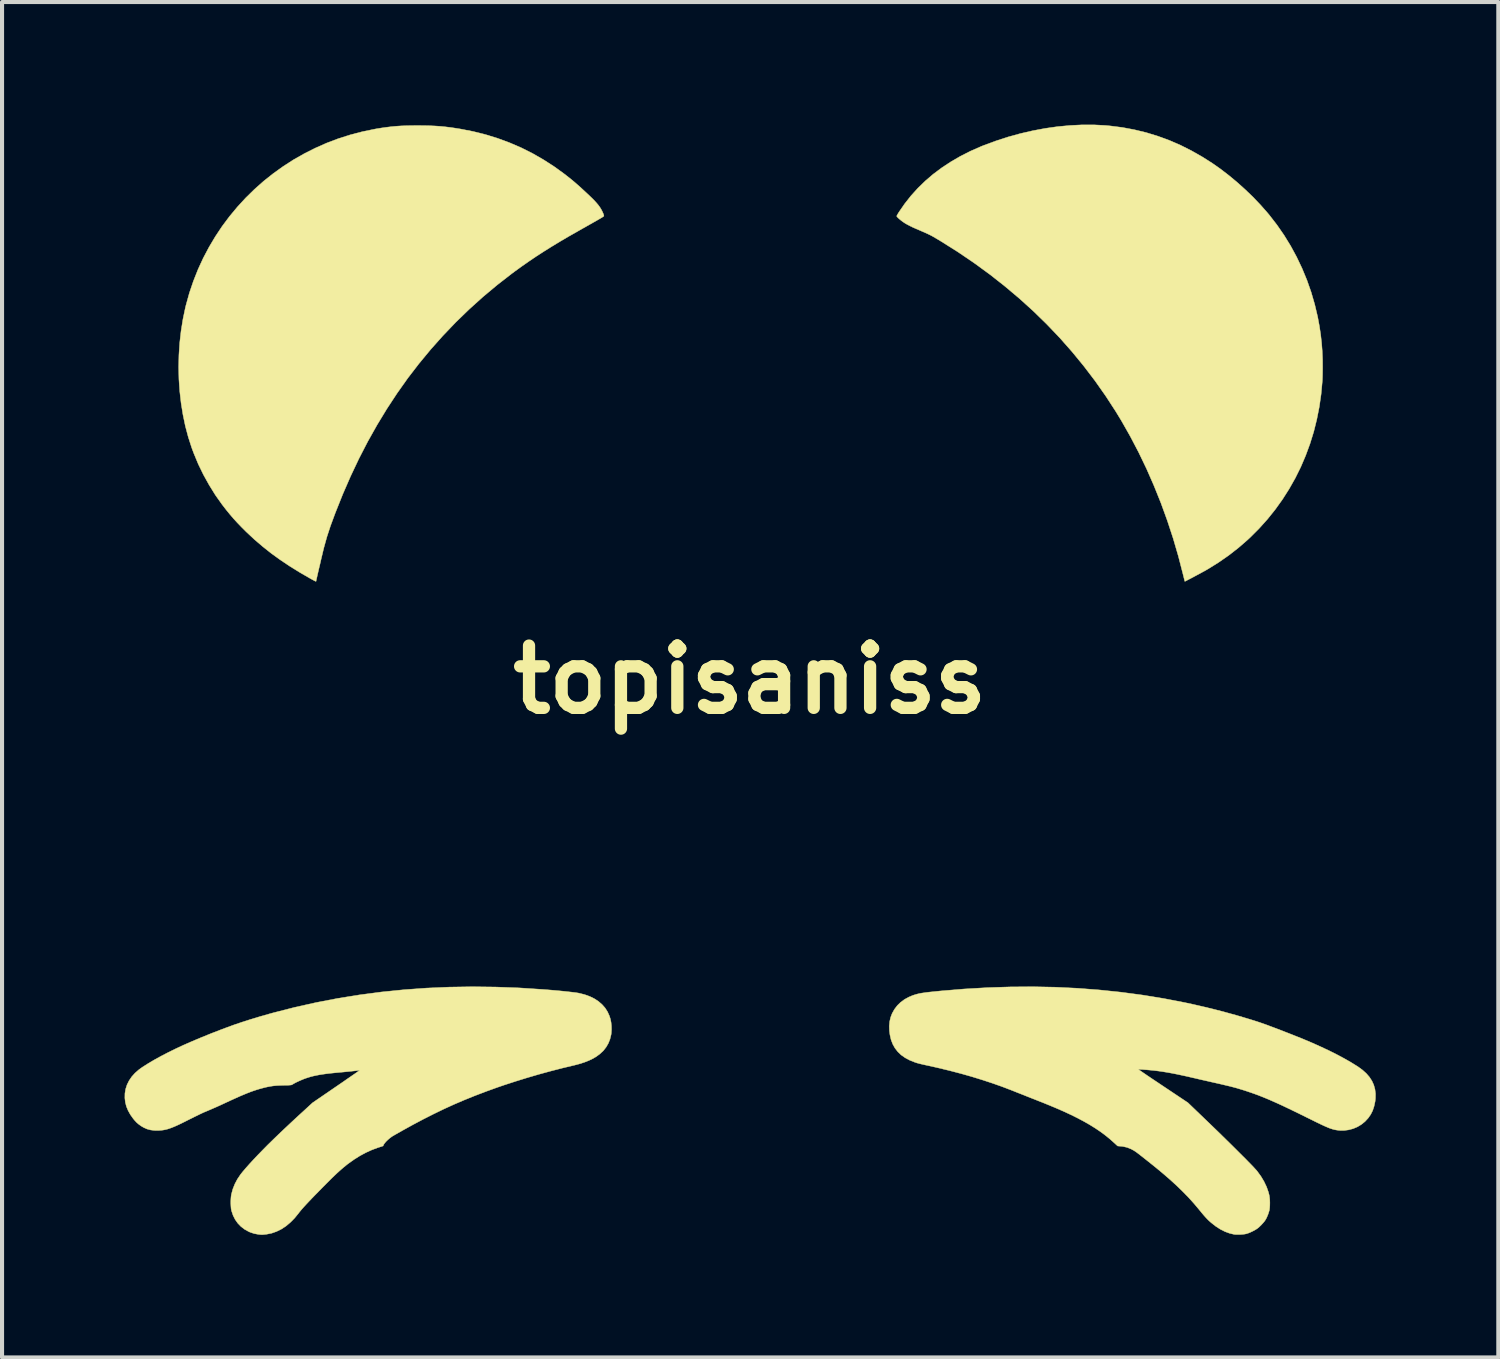
<source format=kicad_pcb>
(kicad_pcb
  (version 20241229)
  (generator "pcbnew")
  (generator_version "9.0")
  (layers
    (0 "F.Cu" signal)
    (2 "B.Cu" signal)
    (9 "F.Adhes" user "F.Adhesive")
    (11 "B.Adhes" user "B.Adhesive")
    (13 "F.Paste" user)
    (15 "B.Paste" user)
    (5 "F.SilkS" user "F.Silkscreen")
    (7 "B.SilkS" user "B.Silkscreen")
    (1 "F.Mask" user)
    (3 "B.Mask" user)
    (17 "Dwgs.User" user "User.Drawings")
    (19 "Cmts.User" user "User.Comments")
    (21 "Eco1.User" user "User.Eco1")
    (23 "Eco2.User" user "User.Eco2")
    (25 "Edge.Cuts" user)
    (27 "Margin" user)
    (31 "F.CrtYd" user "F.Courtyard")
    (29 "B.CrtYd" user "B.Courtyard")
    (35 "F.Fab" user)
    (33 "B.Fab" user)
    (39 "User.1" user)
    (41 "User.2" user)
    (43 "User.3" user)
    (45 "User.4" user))
  (footprint "topisaniss"
    (layer "F.Cu")
    (at 15.301 13.581)
    (property "Reference" "topisaniss" (at 0 0 0) (layer "F.SilkS") (effects (font (size 1.524 1.524) (thickness 0.3))))
    (attr through_hole)
    (fp_poly (pts (xy 8.417 -13.576) (xy 8.703 -13.561) (xy 8.816 -13.55) (xy 9.114 -13.512) (xy 9.407 -13.457) (xy 9.696 -13.387) (xy 9.979 -13.3) (xy 10.258 -13.198) (xy 10.533 -13.079) (xy 10.803 -12.943) (xy 11.07 -12.791) (xy 11.311 -12.638) (xy 11.512 -12.497) (xy 11.715 -12.341) (xy 11.915 -12.175) (xy 12.111 -11.999) (xy 12.3 -11.818) (xy 12.478 -11.632) (xy 12.644 -11.445) (xy 12.703 -11.375) (xy 12.892 -11.131) (xy 13.068 -10.877) (xy 13.23 -10.613) (xy 13.377 -10.342) (xy 13.51 -10.062) (xy 13.628 -9.776) (xy 13.731 -9.483) (xy 13.818 -9.184) (xy 13.89 -8.88) (xy 13.931 -8.661) (xy 13.963 -8.452) (xy 13.986 -8.248) (xy 14.002 -8.044) (xy 14.011 -7.833) (xy 14.012 -7.671) (xy 14.012 -7.601) (xy 14.011 -7.528) (xy 14.01 -7.457) (xy 14.008 -7.392) (xy 14.006 -7.337) (xy 14.004 -7.305) (xy 13.975 -6.988) (xy 13.93 -6.675) (xy 13.869 -6.368) (xy 13.794 -6.067) (xy 13.703 -5.773) (xy 13.597 -5.485) (xy 13.477 -5.204) (xy 13.342 -4.932) (xy 13.192 -4.667) (xy 13.029 -4.411) (xy 12.852 -4.164) (xy 12.661 -3.926) (xy 12.456 -3.698) (xy 12.238 -3.48) (xy 12.17 -3.417) (xy 11.945 -3.222) (xy 11.707 -3.037) (xy 11.459 -2.865) (xy 11.203 -2.706) (xy 11.117 -2.657) (xy 11.085 -2.64) (xy 11.045 -2.618) (xy 10.998 -2.592) (xy 10.947 -2.565) (xy 10.894 -2.537) (xy 10.841 -2.508) (xy 10.79 -2.481) (xy 10.743 -2.457) (xy 10.703 -2.436) (xy 10.671 -2.419) (xy 10.649 -2.408) (xy 10.641 -2.405) (xy 10.641 -2.405) (xy 10.638 -2.412) (xy 10.632 -2.434) (xy 10.624 -2.468) (xy 10.613 -2.511) (xy 10.601 -2.56) (xy 10.597 -2.576) (xy 10.482 -3.022) (xy 10.353 -3.463) (xy 10.21 -3.898) (xy 10.054 -4.327) (xy 9.884 -4.749) (xy 9.703 -5.162) (xy 9.509 -5.565) (xy 9.303 -5.958) (xy 9.086 -6.34) (xy 8.951 -6.562) (xy 8.704 -6.942) (xy 8.443 -7.313) (xy 8.168 -7.674) (xy 7.88 -8.025) (xy 7.579 -8.366) (xy 7.264 -8.696) (xy 6.936 -9.016) (xy 6.594 -9.326) (xy 6.239 -9.625) (xy 5.872 -9.914) (xy 5.491 -10.192) (xy 5.097 -10.46) (xy 4.69 -10.717) (xy 4.614 -10.763) (xy 4.548 -10.802) (xy 4.492 -10.835) (xy 4.44 -10.864) (xy 4.39 -10.889) (xy 4.338 -10.914) (xy 4.281 -10.94) (xy 4.213 -10.969) (xy 4.166 -10.99) (xy 4.07 -11.031) (xy 3.988 -11.067) (xy 3.918 -11.101) (xy 3.859 -11.132) (xy 3.806 -11.161) (xy 3.763 -11.189) (xy 3.725 -11.216) (xy 3.687 -11.245) (xy 3.652 -11.274) (xy 3.623 -11.301) (xy 3.602 -11.323) (xy 3.591 -11.339) (xy 3.59 -11.342) (xy 3.594 -11.354) (xy 3.606 -11.376) (xy 3.623 -11.406) (xy 3.642 -11.437) (xy 3.784 -11.643) (xy 3.939 -11.84) (xy 4.108 -12.027) (xy 4.29 -12.204) (xy 4.485 -12.371) (xy 4.694 -12.527) (xy 4.916 -12.673) (xy 5.15 -12.809) (xy 5.397 -12.934) (xy 5.656 -13.048) (xy 5.713 -13.071) (xy 6.011 -13.181) (xy 6.312 -13.279) (xy 6.616 -13.363) (xy 6.92 -13.433) (xy 7.225 -13.49) (xy 7.528 -13.533) (xy 7.828 -13.561) (xy 8.125 -13.576) (xy 8.417 -13.576)) (stroke (width 0.01) (type solid)) (fill yes) (layer "F.SilkS"))
    (fp_poly (pts (xy -7.984 -13.558) (xy -7.844 -13.555) (xy -7.713 -13.549) (xy -7.588 -13.541) (xy -7.465 -13.529) (xy -7.34 -13.514) (xy -7.209 -13.495) (xy -7.079 -13.474) (xy -6.769 -13.413) (xy -6.466 -13.337) (xy -6.169 -13.245) (xy -5.88 -13.138) (xy -5.597 -13.016) (xy -5.322 -12.878) (xy -5.054 -12.724) (xy -4.793 -12.556) (xy -4.555 -12.384) (xy -4.484 -12.329) (xy -4.419 -12.278) (xy -4.357 -12.228) (xy -4.296 -12.177) (xy -4.234 -12.123) (xy -4.168 -12.065) (xy -4.095 -11.998) (xy -4.014 -11.923) (xy -3.985 -11.896) (xy -3.911 -11.826) (xy -3.848 -11.765) (xy -3.796 -11.711) (xy -3.752 -11.662) (xy -3.714 -11.617) (xy -3.682 -11.573) (xy -3.665 -11.549) (xy -3.643 -11.512) (xy -3.621 -11.472) (xy -3.602 -11.432) (xy -3.587 -11.396) (xy -3.577 -11.367) (xy -3.575 -11.348) (xy -3.575 -11.347) (xy -3.576 -11.344) (xy -3.579 -11.34) (xy -3.585 -11.335) (xy -3.595 -11.328) (xy -3.61 -11.318) (xy -3.63 -11.305) (xy -3.657 -11.289) (xy -3.692 -11.269) (xy -3.735 -11.244) (xy -3.787 -11.214) (xy -3.85 -11.179) (xy -3.924 -11.137) (xy -4.01 -11.088) (xy -4.11 -11.032) (xy -4.199 -10.981) (xy -4.428 -10.851) (xy -4.643 -10.725) (xy -4.846 -10.602) (xy -5.038 -10.482) (xy -5.224 -10.362) (xy -5.403 -10.241) (xy -5.578 -10.119) (xy -5.752 -9.993) (xy -5.829 -9.936) (xy -6.188 -9.657) (xy -6.537 -9.365) (xy -6.875 -9.06) (xy -7.202 -8.743) (xy -7.517 -8.413) (xy -7.811 -8.083) (xy -8.097 -7.737) (xy -8.372 -7.38) (xy -8.634 -7.01) (xy -8.885 -6.628) (xy -9.125 -6.233) (xy -9.353 -5.827) (xy -9.569 -5.408) (xy -9.773 -4.977) (xy -9.966 -4.534) (xy -10.148 -4.078) (xy -10.266 -3.759) (xy -10.352 -3.496) (xy -10.428 -3.223) (xy -10.431 -3.209) (xy -10.44 -3.174) (xy -10.451 -3.128) (xy -10.464 -3.073) (xy -10.479 -3.011) (xy -10.495 -2.944) (xy -10.511 -2.873) (xy -10.528 -2.801) (xy -10.545 -2.73) (xy -10.561 -2.661) (xy -10.576 -2.597) (xy -10.589 -2.539) (xy -10.6 -2.49) (xy -10.609 -2.451) (xy -10.615 -2.424) (xy -10.617 -2.411) (xy -10.617 -2.411) (xy -10.618 -2.407) (xy -10.623 -2.406) (xy -10.634 -2.41) (xy -10.652 -2.418) (xy -10.679 -2.433) (xy -10.718 -2.454) (xy -10.753 -2.473) (xy -11.016 -2.625) (xy -11.263 -2.778) (xy -11.496 -2.934) (xy -11.717 -3.094) (xy -11.926 -3.26) (xy -12.125 -3.43) (xy -12.315 -3.608) (xy -12.327 -3.619) (xy -12.441 -3.733) (xy -12.544 -3.84) (xy -12.639 -3.944) (xy -12.728 -4.048) (xy -12.816 -4.156) (xy -12.904 -4.27) (xy -12.913 -4.281) (xy -13.079 -4.515) (xy -13.232 -4.761) (xy -13.373 -5.015) (xy -13.5 -5.276) (xy -13.611 -5.544) (xy -13.66 -5.675) (xy -13.744 -5.936) (xy -13.816 -6.206) (xy -13.874 -6.484) (xy -13.92 -6.769) (xy -13.953 -7.059) (xy -13.973 -7.352) (xy -13.98 -7.648) (xy -13.973 -7.943) (xy -13.954 -8.238) (xy -13.921 -8.53) (xy -13.875 -8.818) (xy -13.816 -9.1) (xy -13.8 -9.165) (xy -13.717 -9.464) (xy -13.618 -9.755) (xy -13.505 -10.04) (xy -13.378 -10.316) (xy -13.236 -10.585) (xy -13.082 -10.844) (xy -12.915 -11.095) (xy -12.735 -11.336) (xy -12.543 -11.567) (xy -12.34 -11.788) (xy -12.126 -11.998) (xy -11.902 -12.197) (xy -11.667 -12.384) (xy -11.423 -12.559) (xy -11.17 -12.722) (xy -10.908 -12.871) (xy -10.638 -13.007) (xy -10.361 -13.13) (xy -10.076 -13.238) (xy -9.784 -13.331) (xy -9.486 -13.409) (xy -9.182 -13.472) (xy -9.144 -13.479) (xy -9.015 -13.5) (xy -8.894 -13.517) (xy -8.779 -13.531) (xy -8.664 -13.542) (xy -8.548 -13.55) (xy -8.426 -13.555) (xy -8.295 -13.558) (xy -8.151 -13.559) (xy -8.136 -13.559) (xy -7.984 -13.558)) (stroke (width 0.01) (type solid)) (fill yes) (layer "F.SilkS"))
    (fp_poly (pts (xy -6.228 7.52) (xy -5.652 7.541) (xy -5.069 7.579) (xy -4.915 7.591) (xy -4.786 7.602) (xy -4.665 7.613) (xy -4.554 7.624) (xy -4.453 7.635) (xy -4.364 7.645) (xy -4.288 7.654) (xy -4.226 7.663) (xy -4.18 7.671) (xy -4.178 7.672) (xy -4.043 7.706) (xy -3.919 7.751) (xy -3.807 7.806) (xy -3.707 7.872) (xy -3.619 7.948) (xy -3.545 8.032) (xy -3.485 8.126) (xy -3.439 8.229) (xy -3.415 8.304) (xy -3.399 8.384) (xy -3.39 8.471) (xy -3.388 8.559) (xy -3.393 8.643) (xy -3.398 8.684) (xy -3.425 8.795) (xy -3.465 8.896) (xy -3.519 8.99) (xy -3.586 9.076) (xy -3.668 9.153) (xy -3.763 9.224) (xy -3.874 9.287) (xy -3.999 9.342) (xy -4.14 9.391) (xy -4.296 9.433) (xy -4.31 9.436) (xy -4.59 9.503) (xy -4.877 9.577) (xy -5.166 9.656) (xy -5.453 9.74) (xy -5.734 9.827) (xy -6.005 9.915) (xy -6.191 9.979) (xy -6.465 10.078) (xy -6.73 10.179) (xy -6.987 10.283) (xy -7.24 10.391) (xy -7.49 10.505) (xy -7.74 10.626) (xy -7.993 10.754) (xy -8.251 10.891) (xy -8.517 11.038) (xy -8.742 11.166) (xy -8.781 11.193) (xy -8.824 11.226) (xy -8.866 11.263) (xy -8.905 11.301) (xy -8.936 11.337) (xy -8.958 11.368) (xy -8.962 11.375) (xy -8.978 11.409) (xy -9.115 11.454) (xy -9.257 11.507) (xy -9.402 11.573) (xy -9.548 11.652) (xy -9.691 11.742) (xy -9.828 11.84) (xy -9.851 11.857) (xy -9.899 11.896) (xy -9.948 11.936) (xy -9.997 11.978) (xy -10.049 12.024) (xy -10.104 12.074) (xy -10.162 12.129) (xy -10.226 12.19) (xy -10.295 12.259) (xy -10.371 12.335) (xy -10.456 12.421) (xy -10.549 12.516) (xy -10.653 12.622) (xy -10.716 12.687) (xy -10.793 12.768) (xy -10.859 12.838) (xy -10.916 12.9) (xy -10.963 12.953) (xy -11.003 13.001) (xy -11.037 13.043) (xy -11.046 13.056) (xy -11.144 13.176) (xy -11.248 13.281) (xy -11.355 13.371) (xy -11.468 13.445) (xy -11.584 13.502) (xy -11.703 13.544) (xy -11.827 13.569) (xy -11.848 13.571) (xy -11.892 13.576) (xy -11.925 13.579) (xy -11.954 13.579) (xy -11.984 13.577) (xy -12.022 13.573) (xy -12.031 13.572) (xy -12.133 13.553) (xy -12.231 13.52) (xy -12.267 13.504) (xy -12.368 13.448) (xy -12.456 13.38) (xy -12.532 13.301) (xy -12.596 13.211) (xy -12.647 13.11) (xy -12.685 12.998) (xy -12.689 12.981) (xy -12.697 12.938) (xy -12.701 12.883) (xy -12.704 12.821) (xy -12.704 12.756) (xy -12.701 12.692) (xy -12.696 12.635) (xy -12.689 12.593) (xy -12.654 12.463) (xy -12.605 12.34) (xy -12.542 12.221) (xy -12.464 12.105) (xy -12.408 12.035) (xy -12.326 11.939) (xy -12.237 11.839) (xy -12.14 11.734) (xy -12.036 11.624) (xy -11.923 11.508) (xy -11.802 11.385) (xy -11.67 11.256) (xy -11.528 11.119) (xy -11.375 10.974) (xy -11.21 10.819) (xy -11.033 10.655) (xy -10.933 10.564) (xy -10.704 10.353) (xy -10.117 9.951) (xy -10.028 9.89) (xy -9.943 9.832) (xy -9.865 9.777) (xy -9.792 9.727) (xy -9.727 9.682) (xy -9.67 9.643) (xy -9.623 9.61) (xy -9.586 9.583) (xy -9.561 9.565) (xy -9.548 9.555) (xy -9.546 9.553) (xy -9.566 9.557) (xy -9.601 9.563) (xy -9.65 9.569) (xy -9.712 9.576) (xy -9.785 9.584) (xy -9.868 9.592) (xy -9.959 9.601) (xy -10.012 9.606) (xy -10.143 9.618) (xy -10.259 9.63) (xy -10.363 9.642) (xy -10.455 9.655) (xy -10.538 9.668) (xy -10.613 9.683) (xy -10.683 9.698) (xy -10.75 9.715) (xy -10.815 9.735) (xy -10.846 9.745) (xy -10.909 9.767) (xy -10.977 9.795) (xy -11.045 9.825) (xy -11.109 9.855) (xy -11.163 9.884) (xy -11.192 9.902) (xy -11.202 9.908) (xy -11.213 9.913) (xy -11.227 9.917) (xy -11.246 9.919) (xy -11.272 9.921) (xy -11.309 9.923) (xy -11.357 9.924) (xy -11.42 9.925) (xy -11.422 9.925) (xy -11.512 9.928) (xy -11.591 9.932) (xy -11.662 9.939) (xy -11.729 9.949) (xy -11.799 9.962) (xy -11.874 9.979) (xy -11.934 9.995) (xy -12.004 10.014) (xy -12.073 10.035) (xy -12.145 10.059) (xy -12.219 10.085) (xy -12.299 10.116) (xy -12.386 10.152) (xy -12.481 10.192) (xy -12.586 10.239) (xy -12.703 10.292) (xy -12.802 10.338) (xy -12.884 10.376) (xy -12.955 10.409) (xy -13.019 10.438) (xy -13.079 10.465) (xy -13.14 10.491) (xy -13.204 10.519) (xy -13.276 10.55) (xy -13.356 10.583) (xy -13.383 10.595) (xy -13.423 10.614) (xy -13.474 10.638) (xy -13.532 10.667) (xy -13.597 10.698) (xy -13.664 10.732) (xy -13.729 10.764) (xy -13.836 10.818) (xy -13.929 10.864) (xy -14.012 10.903) (xy -14.084 10.935) (xy -14.149 10.961) (xy -14.207 10.982) (xy -14.261 10.999) (xy -14.311 11.011) (xy -14.36 11.02) (xy -14.409 11.026) (xy -14.461 11.029) (xy -14.474 11.03) (xy -14.577 11.029) (xy -14.669 11.017) (xy -14.754 10.994) (xy -14.835 10.958) (xy -14.896 10.922) (xy -14.958 10.878) (xy -15.01 10.833) (xy -15.058 10.781) (xy -15.091 10.741) (xy -15.162 10.641) (xy -15.217 10.542) (xy -15.258 10.443) (xy -15.284 10.341) (xy -15.296 10.236) (xy -15.294 10.124) (xy -15.276 10.015) (xy -15.242 9.91) (xy -15.192 9.81) (xy -15.127 9.714) (xy -15.047 9.625) (xy -14.952 9.542) (xy -14.867 9.481) (xy -14.724 9.39) (xy -14.571 9.3) (xy -14.409 9.211) (xy -14.238 9.122) (xy -14.055 9.032) (xy -13.86 8.941) (xy -13.652 8.85) (xy -13.431 8.757) (xy -13.195 8.661) (xy -12.944 8.564) (xy -12.814 8.515) (xy -12.62 8.444) (xy -12.419 8.376) (xy -12.209 8.309) (xy -11.987 8.242) (xy -11.752 8.175) (xy -11.661 8.15) (xy -11.141 8.017) (xy -10.617 7.9) (xy -10.087 7.798) (xy -9.553 7.712) (xy -9.013 7.641) (xy -8.468 7.586) (xy -7.917 7.546) (xy -7.36 7.522) (xy -6.797 7.513) (xy -6.228 7.52)) (stroke (width 0.01) (type solid)) (fill yes) (layer "F.SilkS"))
    (fp_poly (pts (xy 7.47 7.524) (xy 8.011 7.55) (xy 8.546 7.591) (xy 9.076 7.646) (xy 9.602 7.716) (xy 10.123 7.801) (xy 10.641 7.901) (xy 10.854 7.947) (xy 11.115 8.007) (xy 11.381 8.072) (xy 11.648 8.142) (xy 11.912 8.215) (xy 12.168 8.291) (xy 12.412 8.367) (xy 12.463 8.384) (xy 12.51 8.4) (xy 12.571 8.421) (xy 12.643 8.447) (xy 12.724 8.478) (xy 12.814 8.511) (xy 12.908 8.547) (xy 13.006 8.584) (xy 13.105 8.623) (xy 13.203 8.661) (xy 13.299 8.699) (xy 13.389 8.735) (xy 13.473 8.768) (xy 13.522 8.788) (xy 13.749 8.884) (xy 13.965 8.981) (xy 14.17 9.077) (xy 14.361 9.173) (xy 14.539 9.268) (xy 14.702 9.361) (xy 14.85 9.453) (xy 14.88 9.472) (xy 14.989 9.552) (xy 15.081 9.635) (xy 15.158 9.724) (xy 15.218 9.817) (xy 15.263 9.916) (xy 15.292 10.02) (xy 15.306 10.13) (xy 15.304 10.247) (xy 15.296 10.321) (xy 15.271 10.438) (xy 15.236 10.544) (xy 15.188 10.639) (xy 15.127 10.727) (xy 15.052 10.808) (xy 15.047 10.813) (xy 14.959 10.884) (xy 14.862 10.942) (xy 14.758 10.986) (xy 14.648 11.015) (xy 14.536 11.03) (xy 14.422 11.029) (xy 14.347 11.019) (xy 14.315 11.013) (xy 14.284 11.006) (xy 14.252 10.997) (xy 14.218 10.986) (xy 14.18 10.973) (xy 14.138 10.956) (xy 14.089 10.935) (xy 14.033 10.91) (xy 13.969 10.88) (xy 13.894 10.844) (xy 13.808 10.802) (xy 13.71 10.753) (xy 13.622 10.71) (xy 13.46 10.63) (xy 13.311 10.557) (xy 13.174 10.491) (xy 13.048 10.431) (xy 12.931 10.377) (xy 12.822 10.328) (xy 12.72 10.283) (xy 12.623 10.242) (xy 12.529 10.204) (xy 12.438 10.168) (xy 12.348 10.135) (xy 12.257 10.103) (xy 12.164 10.072) (xy 12.162 10.071) (xy 12.092 10.048) (xy 12.024 10.027) (xy 11.957 10.007) (xy 11.89 9.987) (xy 11.818 9.968) (xy 11.741 9.948) (xy 11.656 9.928) (xy 11.56 9.905) (xy 11.452 9.88) (xy 11.358 9.859) (xy 11.278 9.841) (xy 11.191 9.821) (xy 11.103 9.801) (xy 11.017 9.782) (xy 10.938 9.763) (xy 10.87 9.747) (xy 10.854 9.744) (xy 10.701 9.708) (xy 10.562 9.678) (xy 10.435 9.651) (xy 10.317 9.628) (xy 10.206 9.608) (xy 10.1 9.591) (xy 9.997 9.576) (xy 9.931 9.568) (xy 9.882 9.562) (xy 9.827 9.557) (xy 9.769 9.551) (xy 9.711 9.546) (xy 9.656 9.542) (xy 9.605 9.538) (xy 9.562 9.536) (xy 9.529 9.534) (xy 9.509 9.534) (xy 9.503 9.535) (xy 9.51 9.54) (xy 9.529 9.554) (xy 9.561 9.576) (xy 9.603 9.605) (xy 9.656 9.641) (xy 9.717 9.683) (xy 9.787 9.73) (xy 9.864 9.782) (xy 9.947 9.837) (xy 10.035 9.896) (xy 10.108 9.945) (xy 10.716 10.351) (xy 11.228 10.843) (xy 11.339 10.95) (xy 11.45 11.057) (xy 11.558 11.163) (xy 11.663 11.266) (xy 11.765 11.366) (xy 11.862 11.462) (xy 11.954 11.554) (xy 12.04 11.64) (xy 12.12 11.719) (xy 12.191 11.792) (xy 12.255 11.857) (xy 12.309 11.913) (xy 12.353 11.961) (xy 12.387 11.998) (xy 12.409 12.024) (xy 12.409 12.024) (xy 12.501 12.15) (xy 12.578 12.279) (xy 12.64 12.409) (xy 12.686 12.54) (xy 12.705 12.615) (xy 12.713 12.667) (xy 12.719 12.729) (xy 12.721 12.795) (xy 12.72 12.861) (xy 12.716 12.922) (xy 12.71 12.974) (xy 12.706 12.991) (xy 12.678 13.079) (xy 12.642 13.165) (xy 12.617 13.211) (xy 12.591 13.25) (xy 12.554 13.294) (xy 12.512 13.34) (xy 12.467 13.384) (xy 12.424 13.421) (xy 12.407 13.434) (xy 12.361 13.463) (xy 12.305 13.493) (xy 12.246 13.521) (xy 12.189 13.544) (xy 12.141 13.559) (xy 12.103 13.566) (xy 12.053 13.572) (xy 11.998 13.576) (xy 11.943 13.577) (xy 11.892 13.577) (xy 11.853 13.573) (xy 11.849 13.573) (xy 11.736 13.546) (xy 11.621 13.504) (xy 11.507 13.446) (xy 11.394 13.373) (xy 11.284 13.286) (xy 11.269 13.273) (xy 11.234 13.242) (xy 11.202 13.211) (xy 11.17 13.178) (xy 11.137 13.142) (xy 11.1 13.1) (xy 11.057 13.049) (xy 11.007 12.988) (xy 10.986 12.962) (xy 10.865 12.818) (xy 10.737 12.676) (xy 10.599 12.534) (xy 10.451 12.39) (xy 10.292 12.244) (xy 10.119 12.094) (xy 10.033 12.022) (xy 9.981 11.979) (xy 9.923 11.931) (xy 9.861 11.881) (xy 9.797 11.83) (xy 9.732 11.778) (xy 9.669 11.728) (xy 9.608 11.68) (xy 9.553 11.637) (xy 9.505 11.6) (xy 9.465 11.569) (xy 9.435 11.548) (xy 9.426 11.541) (xy 9.33 11.486) (xy 9.229 11.445) (xy 9.123 11.421) (xy 9.072 11.416) (xy 8.996 11.41) (xy 8.915 11.336) (xy 8.81 11.242) (xy 8.698 11.151) (xy 8.58 11.063) (xy 8.453 10.977) (xy 8.318 10.893) (xy 8.173 10.81) (xy 8.017 10.727) (xy 7.849 10.644) (xy 7.668 10.56) (xy 7.473 10.475) (xy 7.263 10.388) (xy 7.142 10.339) (xy 7.087 10.318) (xy 7.02 10.291) (xy 6.944 10.261) (xy 6.862 10.229) (xy 6.779 10.196) (xy 6.697 10.163) (xy 6.636 10.139) (xy 6.536 10.1) (xy 6.449 10.065) (xy 6.373 10.035) (xy 6.306 10.01) (xy 6.245 9.986) (xy 6.189 9.965) (xy 6.135 9.945) (xy 6.08 9.926) (xy 6.023 9.906) (xy 5.962 9.884) (xy 5.939 9.876) (xy 5.693 9.795) (xy 5.434 9.715) (xy 5.166 9.639) (xy 4.891 9.567) (xy 4.614 9.5) (xy 4.466 9.466) (xy 4.38 9.447) (xy 4.309 9.432) (xy 4.251 9.419) (xy 4.203 9.408) (xy 4.165 9.399) (xy 4.134 9.391) (xy 4.108 9.384) (xy 4.085 9.378) (xy 4.064 9.371) (xy 4.043 9.364) (xy 4.026 9.358) (xy 3.902 9.308) (xy 3.793 9.249) (xy 3.697 9.181) (xy 3.616 9.103) (xy 3.548 9.015) (xy 3.493 8.917) (xy 3.452 8.809) (xy 3.425 8.691) (xy 3.412 8.594) (xy 3.408 8.475) (xy 3.418 8.365) (xy 3.442 8.261) (xy 3.479 8.165) (xy 3.536 8.063) (xy 3.605 7.973) (xy 3.687 7.893) (xy 3.782 7.823) (xy 3.891 7.764) (xy 3.979 7.727) (xy 4.018 7.714) (xy 4.057 7.702) (xy 4.097 7.691) (xy 4.14 7.681) (xy 4.189 7.671) (xy 4.244 7.663) (xy 4.308 7.654) (xy 4.382 7.645) (xy 4.469 7.636) (xy 4.568 7.626) (xy 4.665 7.616) (xy 5.241 7.568) (xy 5.809 7.535) (xy 6.37 7.517) (xy 6.923 7.513) (xy 7.47 7.524)) (stroke (width 0.01) (type solid)) (fill yes) (layer "F.SilkS")))
  (gr_rect
    (start -3 -3)
    (end 33.612 30.165)
    (stroke (width 0.1) (type default))
    (fill no)
    (layer "Edge.Cuts")))
</source>
